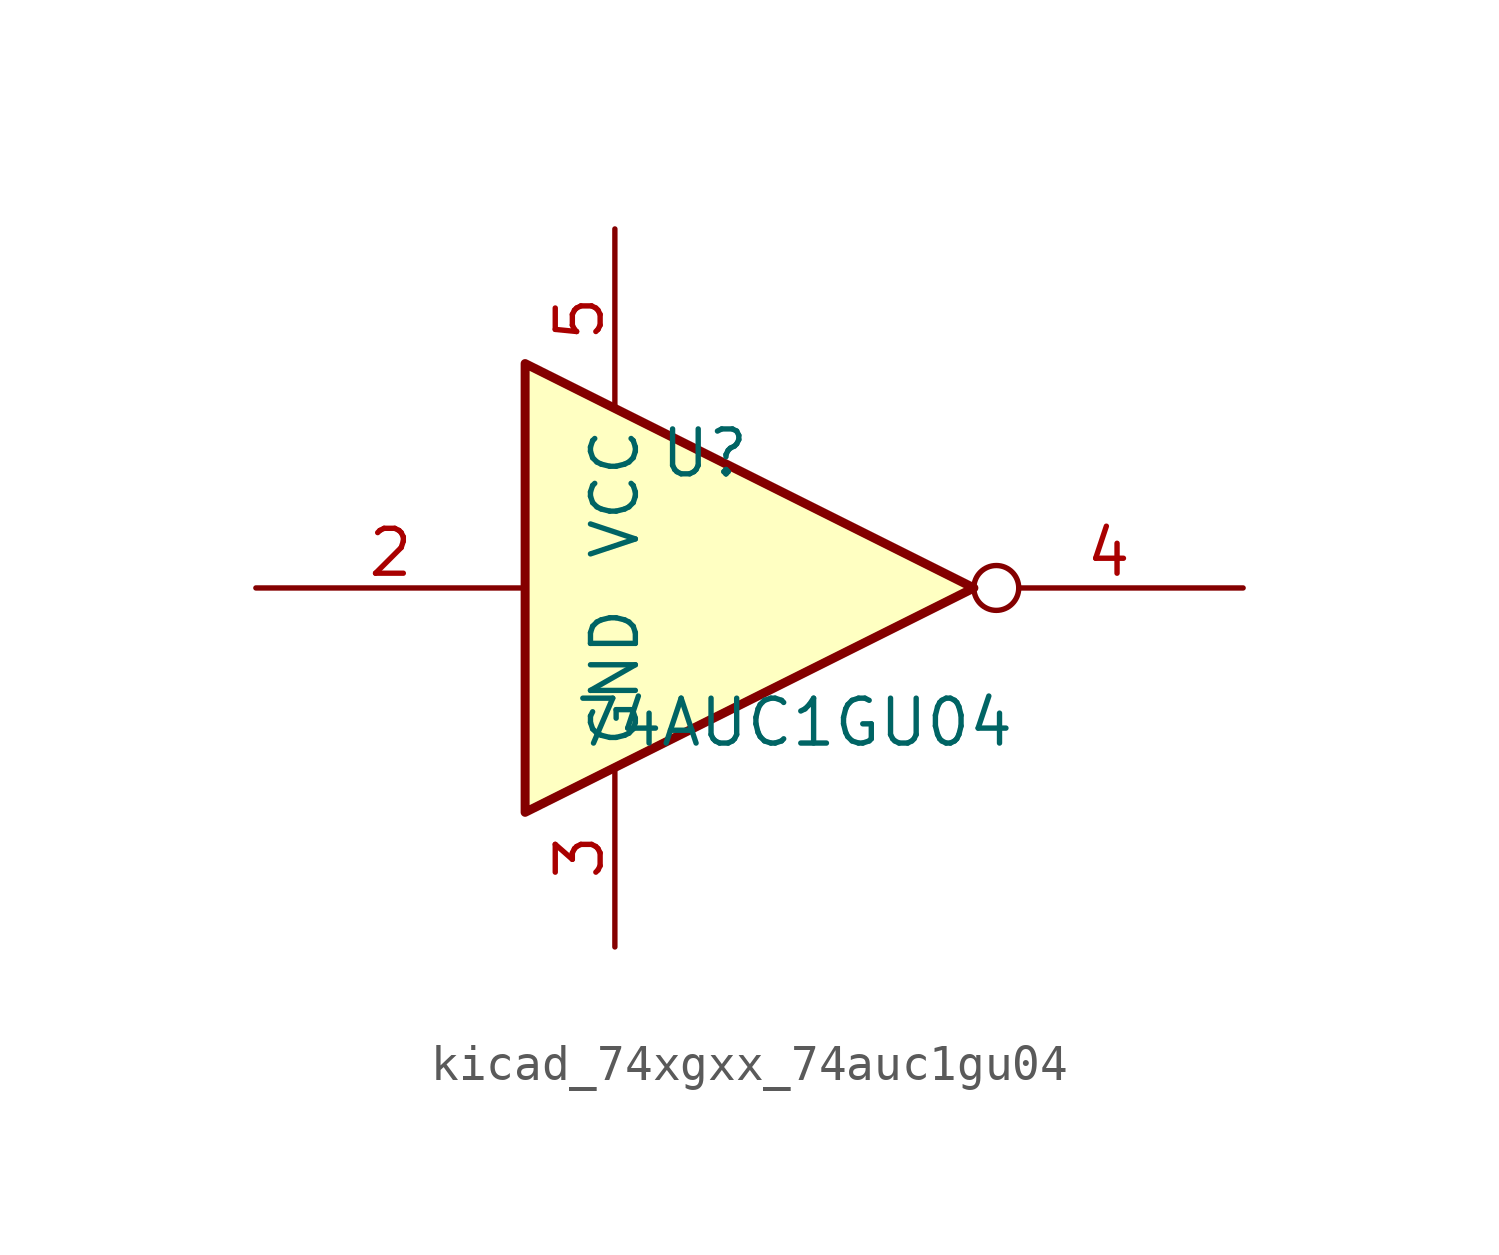
<source format=kicad_sym>
(kicad_symbol_lib
  (version 20220914)
  (generator kicad_symbol_editor)
  (symbol "kicad_74xgxx_74auc1gu04"
    (property "Reference" "U"
      (at -2.54 3.81 0)
      (effects (font (size 1.27 1.27))))
    (property "Value" "74AUC1GU04"
      (at 0 -3.81 0)
      (effects (font (size 1.27 1.27))))
    (symbol "kicad_74xgxx_74auc1gu04_0_1"
      (polyline (pts (xy -7.62 6.35) (xy -7.62 -6.35) (xy 5.08 0) (xy -7.62 6.35)) (stroke (width 0.254) (type default)) (fill (type background))))
    (symbol "kicad_74xgxx_74auc1gu04_1_1"
      (pin input line (at -15.24 0 0) (length 7.62) (name "~" (effects (font (size 1.27 1.27)))) (number "2" (effects (font (size 1.27 1.27)))))
      (pin power_in line (at -5.08 -10.16 90) (length 5.08) (name "GND" (effects (font (size 1.27 1.27)))) (number "3" (effects (font (size 1.27 1.27)))))
      (pin output inverted (at 12.7 0 180) (length 7.62) (name "~" (effects (font (size 1.27 1.27)))) (number "4" (effects (font (size 1.27 1.27)))))
      (pin power_in line (at -5.08 10.16 270) (length 5.08) (name "VCC" (effects (font (size 1.27 1.27)))) (number "5" (effects (font (size 1.27 1.27))))))))
</source>
